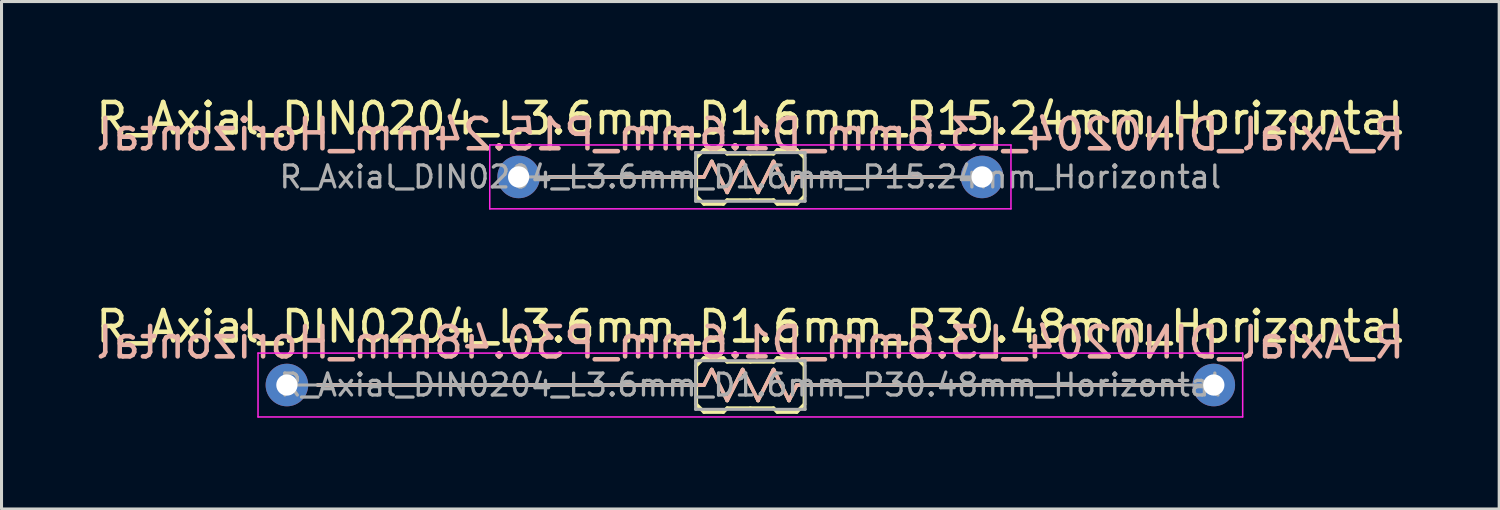
<source format=kicad_pcb>
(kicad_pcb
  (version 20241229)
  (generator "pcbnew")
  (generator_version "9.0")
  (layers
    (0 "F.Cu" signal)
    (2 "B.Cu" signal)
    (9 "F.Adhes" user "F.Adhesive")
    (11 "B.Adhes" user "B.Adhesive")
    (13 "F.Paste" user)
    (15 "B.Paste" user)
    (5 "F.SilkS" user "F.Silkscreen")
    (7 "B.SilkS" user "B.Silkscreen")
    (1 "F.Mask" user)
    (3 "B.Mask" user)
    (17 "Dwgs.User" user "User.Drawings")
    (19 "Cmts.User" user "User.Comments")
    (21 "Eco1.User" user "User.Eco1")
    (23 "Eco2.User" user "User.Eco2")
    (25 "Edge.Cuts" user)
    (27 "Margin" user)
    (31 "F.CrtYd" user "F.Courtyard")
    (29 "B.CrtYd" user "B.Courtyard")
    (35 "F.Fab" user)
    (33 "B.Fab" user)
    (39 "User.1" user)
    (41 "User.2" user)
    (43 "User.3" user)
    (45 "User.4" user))
  (footprint "R_Axial_DIN0204_L3.6mm_D1.6mm_P30.48mm_Horizontal"
    (layer "F.Cu")
    (at 6.385 9.611)
    (property "Reference" "R_Axial_DIN0204_L3.6mm_D1.6mm_P30.48mm_Horizontal" (at 15.24 -1.92 0) (layer "F.SilkS") (effects (font (size 1 1) (thickness 0.15))))
    (attr through_hole)
    (fp_line (start 1.016 0) (end 13.32 0) (stroke (width 0.12) (type solid)) (layer "F.SilkS"))
    (fp_line (start 13.32 0) (end 13.462 0) (stroke (width 0.12) (type solid)) (layer "F.SilkS"))
    (fp_line (start 13.462 -0.635) (end 13.716 -0.889) (stroke (width 0.12) (type solid)) (layer "F.SilkS"))
    (fp_line (start 13.462 0.635) (end 13.462 -0.635) (stroke (width 0.12) (type solid)) (layer "F.SilkS"))
    (fp_line (start 13.462 0.635) (end 13.716 0.889) (stroke (width 0.12) (type solid)) (layer "F.SilkS"))
    (fp_line (start 13.716 -0.889) (end 14.351 -0.889) (stroke (width 0.12) (type solid)) (layer "F.SilkS"))
    (fp_line (start 13.716 0) (end 13.462 0) (stroke (width 0.12) (type solid)) (layer "F.SilkS"))
    (fp_line (start 13.716 0) (end 13.97 -0.508) (stroke (width 0.12) (type solid)) (layer "F.SilkS"))
    (fp_line (start 13.716 0.889) (end 14.351 0.889) (stroke (width 0.12) (type solid)) (layer "F.SilkS"))
    (fp_line (start 13.97 -0.508) (end 14.478 0.508) (stroke (width 0.12) (type solid)) (layer "F.SilkS"))
    (fp_line (start 14.351 -0.889) (end 14.478 -0.762) (stroke (width 0.12) (type solid)) (layer "F.SilkS"))
    (fp_line (start 14.351 0.889) (end 14.478 0.762) (stroke (width 0.12) (type solid)) (layer "F.SilkS"))
    (fp_line (start 14.478 -0.762) (end 15.24 -0.762) (stroke (width 0.12) (type solid)) (layer "F.SilkS"))
    (fp_line (start 14.478 0.508) (end 14.986 -0.508) (stroke (width 0.12) (type solid)) (layer "F.SilkS"))
    (fp_line (start 14.478 0.762) (end 15.24 0.762) (stroke (width 0.12) (type solid)) (layer "F.SilkS"))
    (fp_line (start 14.986 -0.508) (end 15.494 0.508) (stroke (width 0.12) (type solid)) (layer "F.SilkS"))
    (fp_line (start 15.494 0.508) (end 16.002 -0.508) (stroke (width 0.12) (type solid)) (layer "F.SilkS"))
    (fp_line (start 16.002 -0.762) (end 15.24 -0.762) (stroke (width 0.12) (type solid)) (layer "F.SilkS"))
    (fp_line (start 16.002 -0.508) (end 16.51 0.508) (stroke (width 0.12) (type solid)) (layer "F.SilkS"))
    (fp_line (start 16.002 0.762) (end 15.24 0.762) (stroke (width 0.12) (type solid)) (layer "F.SilkS"))
    (fp_line (start 16.129 -0.889) (end 16.002 -0.762) (stroke (width 0.12) (type solid)) (layer "F.SilkS"))
    (fp_line (start 16.129 0.889) (end 16.002 0.762) (stroke (width 0.12) (type solid)) (layer "F.SilkS"))
    (fp_line (start 16.51 0.508) (end 16.764 0) (stroke (width 0.12) (type solid)) (layer "F.SilkS"))
    (fp_line (start 16.764 -0.889) (end 16.129 -0.889) (stroke (width 0.12) (type solid)) (layer "F.SilkS"))
    (fp_line (start 16.764 0) (end 17.018 0) (stroke (width 0.12) (type solid)) (layer "F.SilkS"))
    (fp_line (start 16.764 0.889) (end 16.129 0.889) (stroke (width 0.12) (type solid)) (layer "F.SilkS"))
    (fp_line (start 17.018 -0.635) (end 16.764 -0.889) (stroke (width 0.12) (type solid)) (layer "F.SilkS"))
    (fp_line (start 17.018 -0.635) (end 17.018 0.635) (stroke (width 0.12) (type solid)) (layer "F.SilkS"))
    (fp_line (start 17.018 0.635) (end 16.764 0.889) (stroke (width 0.12) (type solid)) (layer "F.SilkS"))
    (fp_line (start 17.145 0) (end 17.018 0) (stroke (width 0.12) (type solid)) (layer "F.SilkS"))
    (fp_line (start 29.464 0) (end 17.16 0) (stroke (width 0.12) (type solid)) (layer "F.SilkS"))
    (fp_line (start 13.716 0) (end 1.016 0) (stroke (width 0.12) (type solid)) (layer "B.SilkS"))
    (fp_line (start 13.716 0) (end 13.97 -0.508) (stroke (width 0.12) (type solid)) (layer "B.SilkS"))
    (fp_line (start 13.97 -0.508) (end 14.478 0.508) (stroke (width 0.12) (type solid)) (layer "B.SilkS"))
    (fp_line (start 14.478 0.508) (end 14.986 -0.508) (stroke (width 0.12) (type solid)) (layer "B.SilkS"))
    (fp_line (start 14.986 -0.508) (end 15.494 0.508) (stroke (width 0.12) (type solid)) (layer "B.SilkS"))
    (fp_line (start 15.494 0.508) (end 16.002 -0.508) (stroke (width 0.12) (type solid)) (layer "B.SilkS"))
    (fp_line (start 16.002 -0.508) (end 16.51 0.508) (stroke (width 0.12) (type solid)) (layer "B.SilkS"))
    (fp_line (start 16.51 0.508) (end 16.764 0) (stroke (width 0.12) (type solid)) (layer "B.SilkS"))
    (fp_line (start 16.764 0) (end 29.464 0) (stroke (width 0.12) (type solid)) (layer "B.SilkS"))
    (fp_line (start -0.95 -1.05) (end -0.95 1.05) (stroke (width 0.05) (type solid)) (layer "F.CrtYd"))
    (fp_line (start -0.95 1.05) (end 31.43 1.05) (stroke (width 0.05) (type solid)) (layer "F.CrtYd"))
    (fp_line (start 31.43 -1.05) (end -0.95 -1.05) (stroke (width 0.05) (type solid)) (layer "F.CrtYd"))
    (fp_line (start 31.43 1.05) (end 31.43 -1.05) (stroke (width 0.05) (type solid)) (layer "F.CrtYd"))
    (fp_line (start 0 0) (end 13.462 0) (stroke (width 0.1) (type solid)) (layer "F.Fab"))
    (fp_line (start 13.44 -0.8) (end 13.44 0.8) (stroke (width 0.1) (type solid)) (layer "F.Fab"))
    (fp_line (start 13.44 0.8) (end 17.04 0.8) (stroke (width 0.1) (type solid)) (layer "F.Fab"))
    (fp_line (start 17.04 -0.8) (end 13.44 -0.8) (stroke (width 0.1) (type solid)) (layer "F.Fab"))
    (fp_line (start 17.04 0.8) (end 17.04 -0.8) (stroke (width 0.1) (type solid)) (layer "F.Fab"))
    (fp_line (start 30.48 0) (end 17.04 0) (stroke (width 0.1) (type solid)) (layer "F.Fab"))
    (fp_text user "${REFERENCE}" (at 15.24 -1.397 0) (unlocked yes) (layer "B.SilkS") (effects (font (size 1 1) (thickness 0.15)) (justify mirror)))
    (fp_text user "${REFERENCE}" (at 15.24 0 0) (layer "F.Fab") (effects (font (size 0.72 0.72) (thickness 0.108))))
    (pad "1" thru_hole circle (at 0 0) (size 1.4 1.4) (drill 0.7) (layers "*.Cu" "*.Mask"))
    (pad "2" thru_hole oval (at 30.48 0) (size 1.4 1.4) (drill 0.7) (layers "*.Cu" "*.Mask")))
  (footprint "R_Axial_DIN0204_L3.6mm_D1.6mm_P15.24mm_Horizontal"
    (layer "F.Cu")
    (at 14.005 2.768)
    (property "Reference" "R_Axial_DIN0204_L3.6mm_D1.6mm_P15.24mm_Horizontal" (at 7.62 -1.92 0) (layer "F.SilkS") (effects (font (size 1 1) (thickness 0.15))))
    (attr through_hole)
    (fp_line (start 1.016 0) (end 5.7 0) (stroke (width 0.12) (type solid)) (layer "F.SilkS"))
    (fp_line (start 5.7 0) (end 5.842 0) (stroke (width 0.12) (type solid)) (layer "F.SilkS"))
    (fp_line (start 5.842 -0.635) (end 6.096 -0.889) (stroke (width 0.12) (type solid)) (layer "F.SilkS"))
    (fp_line (start 5.842 0.635) (end 5.842 -0.635) (stroke (width 0.12) (type solid)) (layer "F.SilkS"))
    (fp_line (start 5.842 0.635) (end 6.096 0.889) (stroke (width 0.12) (type solid)) (layer "F.SilkS"))
    (fp_line (start 6.096 -0.889) (end 6.731 -0.889) (stroke (width 0.12) (type solid)) (layer "F.SilkS"))
    (fp_line (start 6.096 0) (end 5.842 0) (stroke (width 0.12) (type solid)) (layer "F.SilkS"))
    (fp_line (start 6.096 0) (end 6.35 -0.508) (stroke (width 0.12) (type solid)) (layer "F.SilkS"))
    (fp_line (start 6.096 0.889) (end 6.731 0.889) (stroke (width 0.12) (type solid)) (layer "F.SilkS"))
    (fp_line (start 6.35 -0.508) (end 6.858 0.508) (stroke (width 0.12) (type solid)) (layer "F.SilkS"))
    (fp_line (start 6.731 -0.889) (end 6.858 -0.762) (stroke (width 0.12) (type solid)) (layer "F.SilkS"))
    (fp_line (start 6.731 0.889) (end 6.858 0.762) (stroke (width 0.12) (type solid)) (layer "F.SilkS"))
    (fp_line (start 6.858 -0.762) (end 7.62 -0.762) (stroke (width 0.12) (type solid)) (layer "F.SilkS"))
    (fp_line (start 6.858 0.508) (end 7.366 -0.508) (stroke (width 0.12) (type solid)) (layer "F.SilkS"))
    (fp_line (start 6.858 0.762) (end 7.62 0.762) (stroke (width 0.12) (type solid)) (layer "F.SilkS"))
    (fp_line (start 7.366 -0.508) (end 7.874 0.508) (stroke (width 0.12) (type solid)) (layer "F.SilkS"))
    (fp_line (start 7.874 0.508) (end 8.382 -0.508) (stroke (width 0.12) (type solid)) (layer "F.SilkS"))
    (fp_line (start 8.382 -0.762) (end 7.62 -0.762) (stroke (width 0.12) (type solid)) (layer "F.SilkS"))
    (fp_line (start 8.382 -0.508) (end 8.89 0.508) (stroke (width 0.12) (type solid)) (layer "F.SilkS"))
    (fp_line (start 8.382 0.762) (end 7.62 0.762) (stroke (width 0.12) (type solid)) (layer "F.SilkS"))
    (fp_line (start 8.509 -0.889) (end 8.382 -0.762) (stroke (width 0.12) (type solid)) (layer "F.SilkS"))
    (fp_line (start 8.509 0.889) (end 8.382 0.762) (stroke (width 0.12) (type solid)) (layer "F.SilkS"))
    (fp_line (start 8.89 0.508) (end 9.144 0) (stroke (width 0.12) (type solid)) (layer "F.SilkS"))
    (fp_line (start 9.144 -0.889) (end 8.509 -0.889) (stroke (width 0.12) (type solid)) (layer "F.SilkS"))
    (fp_line (start 9.144 0) (end 9.398 0) (stroke (width 0.12) (type solid)) (layer "F.SilkS"))
    (fp_line (start 9.144 0.889) (end 8.509 0.889) (stroke (width 0.12) (type solid)) (layer "F.SilkS"))
    (fp_line (start 9.398 -0.635) (end 9.144 -0.889) (stroke (width 0.12) (type solid)) (layer "F.SilkS"))
    (fp_line (start 9.398 -0.635) (end 9.398 0.635) (stroke (width 0.12) (type solid)) (layer "F.SilkS"))
    (fp_line (start 9.398 0.635) (end 9.144 0.889) (stroke (width 0.12) (type solid)) (layer "F.SilkS"))
    (fp_line (start 9.525 0) (end 9.398 0) (stroke (width 0.12) (type solid)) (layer "F.SilkS"))
    (fp_line (start 14.224 0) (end 9.54 0) (stroke (width 0.12) (type solid)) (layer "F.SilkS"))
    (fp_line (start 6.096 0) (end 1.016 0) (stroke (width 0.12) (type solid)) (layer "B.SilkS"))
    (fp_line (start 6.096 0) (end 6.35 -0.508) (stroke (width 0.12) (type solid)) (layer "B.SilkS"))
    (fp_line (start 6.35 -0.508) (end 6.858 0.508) (stroke (width 0.12) (type solid)) (layer "B.SilkS"))
    (fp_line (start 6.858 0.508) (end 7.366 -0.508) (stroke (width 0.12) (type solid)) (layer "B.SilkS"))
    (fp_line (start 7.366 -0.508) (end 7.874 0.508) (stroke (width 0.12) (type solid)) (layer "B.SilkS"))
    (fp_line (start 7.874 0.508) (end 8.382 -0.508) (stroke (width 0.12) (type solid)) (layer "B.SilkS"))
    (fp_line (start 8.382 -0.508) (end 8.89 0.508) (stroke (width 0.12) (type solid)) (layer "B.SilkS"))
    (fp_line (start 8.89 0.508) (end 9.144 0) (stroke (width 0.12) (type solid)) (layer "B.SilkS"))
    (fp_line (start 9.144 0) (end 14.224 0) (stroke (width 0.12) (type solid)) (layer "B.SilkS"))
    (fp_line (start -0.95 -1.05) (end -0.95 1.05) (stroke (width 0.05) (type solid)) (layer "F.CrtYd"))
    (fp_line (start -0.95 1.05) (end 16.19 1.05) (stroke (width 0.05) (type solid)) (layer "F.CrtYd"))
    (fp_line (start 16.19 -1.05) (end -0.95 -1.05) (stroke (width 0.05) (type solid)) (layer "F.CrtYd"))
    (fp_line (start 16.19 1.05) (end 16.19 -1.05) (stroke (width 0.05) (type solid)) (layer "F.CrtYd"))
    (fp_line (start 0 0) (end 5.842 0) (stroke (width 0.1) (type solid)) (layer "F.Fab"))
    (fp_line (start 5.82 -0.8) (end 5.82 0.8) (stroke (width 0.1) (type solid)) (layer "F.Fab"))
    (fp_line (start 5.82 0.8) (end 9.42 0.8) (stroke (width 0.1) (type solid)) (layer "F.Fab"))
    (fp_line (start 9.42 -0.8) (end 5.82 -0.8) (stroke (width 0.1) (type solid)) (layer "F.Fab"))
    (fp_line (start 9.42 0.8) (end 9.42 -0.8) (stroke (width 0.1) (type solid)) (layer "F.Fab"))
    (fp_line (start 15.24 0) (end 9.42 0) (stroke (width 0.1) (type solid)) (layer "F.Fab"))
    (fp_text user "${REFERENCE}" (at 7.62 -1.397 0) (unlocked yes) (layer "B.SilkS") (effects (font (size 1 1) (thickness 0.15)) (justify mirror)))
    (fp_text user "${REFERENCE}" (at 7.62 0 0) (layer "F.Fab") (effects (font (size 0.72 0.72) (thickness 0.108))))
    (pad "1" thru_hole circle (at 0 0) (size 1.4 1.4) (drill 0.7) (layers "*.Cu" "*.Mask"))
    (pad "2" thru_hole oval (at 15.24 0) (size 1.4 1.4) (drill 0.7) (layers "*.Cu" "*.Mask")))
  (gr_rect
    (start -3 -3)
    (end 46.25 13.687)
    (stroke (width 0.1) (type default))
    (fill no)
    (layer "Edge.Cuts")))
</source>
